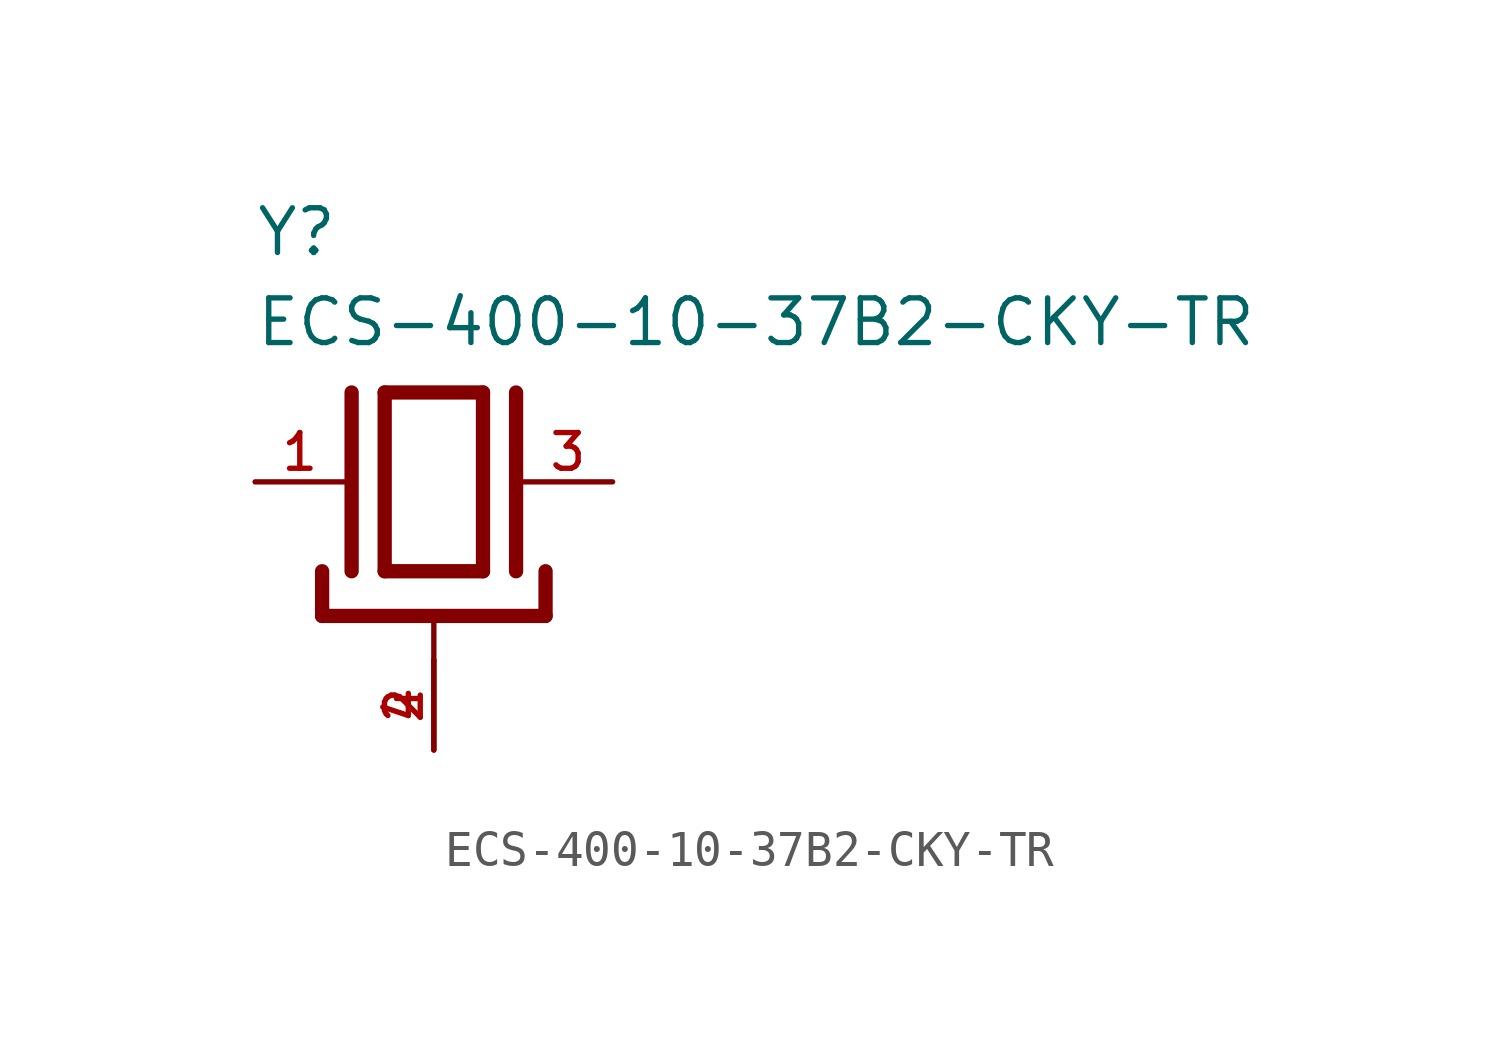
<source format=kicad_sym>
(kicad_symbol_lib
  (version 20231120)
  (generator "kicad_symbol_editor")
  (generator_version "8.0")
  (symbol "ECS-400-10-37B2-CKY-TR"
    (pin_names
      (offset 1.016))
    (property "Reference" "Y"
      (at -5.088 6.356 0)
      (effects (font (size 1.27 1.27)) (justify left bottom)))
    (property "Value" "ECS-400-10-37B2-CKY-TR"
      (at -5.094 3.796 0)
      (effects (font (size 1.27 1.27)) (justify left bottom)))
    (symbol "ECS-400-10-37B2-CKY-TR_0_0"
      (polyline (pts (xy -3.175 -3.81) (xy 3.175 -3.81)) (stroke (width 0.406) (type default)) (fill (type none)))
      (polyline (pts (xy -3.175 -2.54) (xy -3.175 -3.81)) (stroke (width 0.406) (type default)) (fill (type none)))
      (polyline (pts (xy -2.337 2.54) (xy -2.337 -2.54)) (stroke (width 0.406) (type default)) (fill (type none)))
      (polyline (pts (xy -1.397 2.54) (xy -1.397 -2.54)) (stroke (width 0.406) (type default)) (fill (type none)))
      (polyline (pts (xy -1.397 2.54) (xy 1.397 2.54)) (stroke (width 0.406) (type default)) (fill (type none)))
      (polyline (pts (xy 0 -5.08) (xy 0 -3.81)) (stroke (width 0.152) (type default)) (fill (type none)))
      (polyline (pts (xy 1.397 -2.54) (xy -1.397 -2.54)) (stroke (width 0.406) (type default)) (fill (type none)))
      (polyline (pts (xy 1.397 2.54) (xy 1.397 -2.54)) (stroke (width 0.406) (type default)) (fill (type none)))
      (polyline (pts (xy 2.337 2.54) (xy 2.337 -2.54)) (stroke (width 0.406) (type default)) (fill (type none)))
      (polyline (pts (xy 3.175 -3.81) (xy 3.175 -2.54)) (stroke (width 0.406) (type default)) (fill (type none)))
      (pin passive line (at -5.08 0 0) (length 2.54) (name "~" (effects (font (size 1.016 1.016)))) (number "1" (effects (font (size 1.016 1.016)))))
      (pin power_in line (at 0 -7.62 90) (length 2.54) (name "~" (effects (font (size 1.016 1.016)))) (number "2" (effects (font (size 1.016 1.016)))))
      (pin passive line (at 5.08 0 180) (length 2.54) (name "~" (effects (font (size 1.016 1.016)))) (number "3" (effects (font (size 1.016 1.016)))))
      (pin power_in line (at 0 -7.62 90) (length 2.54) (name "~" (effects (font (size 1.016 1.016)))) (number "4" (effects (font (size 1.016 1.016))))))))
</source>
